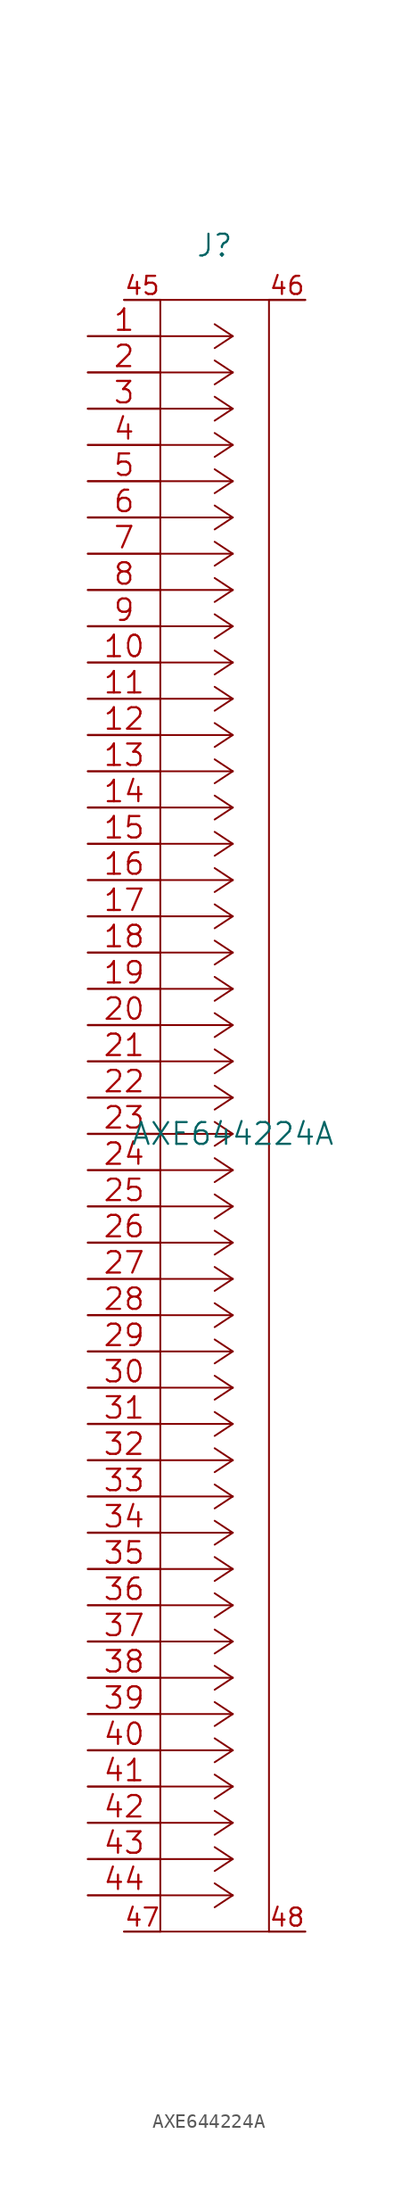
<source format=kicad_sym>
(kicad_symbol_lib
  (version 20211014)
  (generator kicad_symbol_editor)
  (symbol "AXE644224A"
    (pin_names
      (offset 0.254) hide)
    (property "Reference" "J"
      (at 8.89 6.35 0)
      (effects (font (size 1.524 1.524))))
    (property "Value" "AXE644224A"
      (at 10.16 -55.88 0)
      (effects (font (size 1.524 1.524))))
    (property "Datasheet" ""
      (at 0 0 0)
      (effects (font (size 1.524 1.524))))
    (property "ki_locked" ""
      (at 0 0 0)
      (effects (font (size 1.27 1.27))))
    (symbol "AXE644224A_0_0"
      (pin power_in line (at 2.54 2.54 0) (length 2.54) (name "45" (effects (font (size 1.27 1.27)))) (number "45" (effects (font (size 1.27 1.27)))))
      (pin power_in line (at 15.24 2.54 180) (length 2.54) (name "46" (effects (font (size 1.27 1.27)))) (number "46" (effects (font (size 1.27 1.27)))))
      (pin power_in line (at 2.54 -111.76 0) (length 2.54) (name "47" (effects (font (size 1.27 1.27)))) (number "47" (effects (font (size 1.27 1.27)))))
      (pin power_in line (at 15.24 -111.76 180) (length 2.54) (name "48" (effects (font (size 1.27 1.27)))) (number "48" (effects (font (size 1.27 1.27))))))
    (symbol "AXE644224A_1_1"
      (polyline (pts (xy 5.08 -111.76) (xy 12.7 -111.76)) (stroke (width 0.127) (type default) (color 0 0 0 0)) (fill (type none)))
      (polyline (pts (xy 5.08 2.54) (xy 5.08 -111.76)) (stroke (width 0.127) (type default) (color 0 0 0 0)) (fill (type none)))
      (polyline (pts (xy 10.16 -109.22) (xy 5.08 -109.22)) (stroke (width 0.127) (type default) (color 0 0 0 0)) (fill (type none)))
      (polyline (pts (xy 10.16 -109.22) (xy 8.89 -110.058)) (stroke (width 0.127) (type default) (color 0 0 0 0)) (fill (type none)))
      (polyline (pts (xy 10.16 -109.22) (xy 8.89 -108.382)) (stroke (width 0.127) (type default) (color 0 0 0 0)) (fill (type none)))
      (polyline (pts (xy 10.16 -106.68) (xy 5.08 -106.68)) (stroke (width 0.127) (type default) (color 0 0 0 0)) (fill (type none)))
      (polyline (pts (xy 10.16 -106.68) (xy 8.89 -107.518)) (stroke (width 0.127) (type default) (color 0 0 0 0)) (fill (type none)))
      (polyline (pts (xy 10.16 -106.68) (xy 8.89 -105.842)) (stroke (width 0.127) (type default) (color 0 0 0 0)) (fill (type none)))
      (polyline (pts (xy 10.16 -104.14) (xy 5.08 -104.14)) (stroke (width 0.127) (type default) (color 0 0 0 0)) (fill (type none)))
      (polyline (pts (xy 10.16 -104.14) (xy 8.89 -104.978)) (stroke (width 0.127) (type default) (color 0 0 0 0)) (fill (type none)))
      (polyline (pts (xy 10.16 -104.14) (xy 8.89 -103.302)) (stroke (width 0.127) (type default) (color 0 0 0 0)) (fill (type none)))
      (polyline (pts (xy 10.16 -101.6) (xy 5.08 -101.6)) (stroke (width 0.127) (type default) (color 0 0 0 0)) (fill (type none)))
      (polyline (pts (xy 10.16 -101.6) (xy 8.89 -102.438)) (stroke (width 0.127) (type default) (color 0 0 0 0)) (fill (type none)))
      (polyline (pts (xy 10.16 -101.6) (xy 8.89 -100.762)) (stroke (width 0.127) (type default) (color 0 0 0 0)) (fill (type none)))
      (polyline (pts (xy 10.16 -99.06) (xy 5.08 -99.06)) (stroke (width 0.127) (type default) (color 0 0 0 0)) (fill (type none)))
      (polyline (pts (xy 10.16 -99.06) (xy 8.89 -99.898)) (stroke (width 0.127) (type default) (color 0 0 0 0)) (fill (type none)))
      (polyline (pts (xy 10.16 -99.06) (xy 8.89 -98.222)) (stroke (width 0.127) (type default) (color 0 0 0 0)) (fill (type none)))
      (polyline (pts (xy 10.16 -96.52) (xy 5.08 -96.52)) (stroke (width 0.127) (type default) (color 0 0 0 0)) (fill (type none)))
      (polyline (pts (xy 10.16 -96.52) (xy 8.89 -97.358)) (stroke (width 0.127) (type default) (color 0 0 0 0)) (fill (type none)))
      (polyline (pts (xy 10.16 -96.52) (xy 8.89 -95.682)) (stroke (width 0.127) (type default) (color 0 0 0 0)) (fill (type none)))
      (polyline (pts (xy 10.16 -93.98) (xy 5.08 -93.98)) (stroke (width 0.127) (type default) (color 0 0 0 0)) (fill (type none)))
      (polyline (pts (xy 10.16 -93.98) (xy 8.89 -94.818)) (stroke (width 0.127) (type default) (color 0 0 0 0)) (fill (type none)))
      (polyline (pts (xy 10.16 -93.98) (xy 8.89 -93.142)) (stroke (width 0.127) (type default) (color 0 0 0 0)) (fill (type none)))
      (polyline (pts (xy 10.16 -91.44) (xy 5.08 -91.44)) (stroke (width 0.127) (type default) (color 0 0 0 0)) (fill (type none)))
      (polyline (pts (xy 10.16 -91.44) (xy 8.89 -92.278)) (stroke (width 0.127) (type default) (color 0 0 0 0)) (fill (type none)))
      (polyline (pts (xy 10.16 -91.44) (xy 8.89 -90.602)) (stroke (width 0.127) (type default) (color 0 0 0 0)) (fill (type none)))
      (polyline (pts (xy 10.16 -88.9) (xy 5.08 -88.9)) (stroke (width 0.127) (type default) (color 0 0 0 0)) (fill (type none)))
      (polyline (pts (xy 10.16 -88.9) (xy 8.89 -89.738)) (stroke (width 0.127) (type default) (color 0 0 0 0)) (fill (type none)))
      (polyline (pts (xy 10.16 -88.9) (xy 8.89 -88.062)) (stroke (width 0.127) (type default) (color 0 0 0 0)) (fill (type none)))
      (polyline (pts (xy 10.16 -86.36) (xy 5.08 -86.36)) (stroke (width 0.127) (type default) (color 0 0 0 0)) (fill (type none)))
      (polyline (pts (xy 10.16 -86.36) (xy 8.89 -87.198)) (stroke (width 0.127) (type default) (color 0 0 0 0)) (fill (type none)))
      (polyline (pts (xy 10.16 -86.36) (xy 8.89 -85.522)) (stroke (width 0.127) (type default) (color 0 0 0 0)) (fill (type none)))
      (polyline (pts (xy 10.16 -83.82) (xy 5.08 -83.82)) (stroke (width 0.127) (type default) (color 0 0 0 0)) (fill (type none)))
      (polyline (pts (xy 10.16 -83.82) (xy 8.89 -84.658)) (stroke (width 0.127) (type default) (color 0 0 0 0)) (fill (type none)))
      (polyline (pts (xy 10.16 -83.82) (xy 8.89 -82.982)) (stroke (width 0.127) (type default) (color 0 0 0 0)) (fill (type none)))
      (polyline (pts (xy 10.16 -81.28) (xy 5.08 -81.28)) (stroke (width 0.127) (type default) (color 0 0 0 0)) (fill (type none)))
      (polyline (pts (xy 10.16 -81.28) (xy 8.89 -82.118)) (stroke (width 0.127) (type default) (color 0 0 0 0)) (fill (type none)))
      (polyline (pts (xy 10.16 -81.28) (xy 8.89 -80.442)) (stroke (width 0.127) (type default) (color 0 0 0 0)) (fill (type none)))
      (polyline (pts (xy 10.16 -78.74) (xy 5.08 -78.74)) (stroke (width 0.127) (type default) (color 0 0 0 0)) (fill (type none)))
      (polyline (pts (xy 10.16 -78.74) (xy 8.89 -79.578)) (stroke (width 0.127) (type default) (color 0 0 0 0)) (fill (type none)))
      (polyline (pts (xy 10.16 -78.74) (xy 8.89 -77.902)) (stroke (width 0.127) (type default) (color 0 0 0 0)) (fill (type none)))
      (polyline (pts (xy 10.16 -76.2) (xy 5.08 -76.2)) (stroke (width 0.127) (type default) (color 0 0 0 0)) (fill (type none)))
      (polyline (pts (xy 10.16 -76.2) (xy 8.89 -77.038)) (stroke (width 0.127) (type default) (color 0 0 0 0)) (fill (type none)))
      (polyline (pts (xy 10.16 -76.2) (xy 8.89 -75.362)) (stroke (width 0.127) (type default) (color 0 0 0 0)) (fill (type none)))
      (polyline (pts (xy 10.16 -73.66) (xy 5.08 -73.66)) (stroke (width 0.127) (type default) (color 0 0 0 0)) (fill (type none)))
      (polyline (pts (xy 10.16 -73.66) (xy 8.89 -74.498)) (stroke (width 0.127) (type default) (color 0 0 0 0)) (fill (type none)))
      (polyline (pts (xy 10.16 -73.66) (xy 8.89 -72.822)) (stroke (width 0.127) (type default) (color 0 0 0 0)) (fill (type none)))
      (polyline (pts (xy 10.16 -71.12) (xy 5.08 -71.12)) (stroke (width 0.127) (type default) (color 0 0 0 0)) (fill (type none)))
      (polyline (pts (xy 10.16 -71.12) (xy 8.89 -71.958)) (stroke (width 0.127) (type default) (color 0 0 0 0)) (fill (type none)))
      (polyline (pts (xy 10.16 -71.12) (xy 8.89 -70.282)) (stroke (width 0.127) (type default) (color 0 0 0 0)) (fill (type none)))
      (polyline (pts (xy 10.16 -68.58) (xy 5.08 -68.58)) (stroke (width 0.127) (type default) (color 0 0 0 0)) (fill (type none)))
      (polyline (pts (xy 10.16 -68.58) (xy 8.89 -69.418)) (stroke (width 0.127) (type default) (color 0 0 0 0)) (fill (type none)))
      (polyline (pts (xy 10.16 -68.58) (xy 8.89 -67.742)) (stroke (width 0.127) (type default) (color 0 0 0 0)) (fill (type none)))
      (polyline (pts (xy 10.16 -66.04) (xy 5.08 -66.04)) (stroke (width 0.127) (type default) (color 0 0 0 0)) (fill (type none)))
      (polyline (pts (xy 10.16 -66.04) (xy 8.89 -66.878)) (stroke (width 0.127) (type default) (color 0 0 0 0)) (fill (type none)))
      (polyline (pts (xy 10.16 -66.04) (xy 8.89 -65.202)) (stroke (width 0.127) (type default) (color 0 0 0 0)) (fill (type none)))
      (polyline (pts (xy 10.16 -63.5) (xy 5.08 -63.5)) (stroke (width 0.127) (type default) (color 0 0 0 0)) (fill (type none)))
      (polyline (pts (xy 10.16 -63.5) (xy 8.89 -64.338)) (stroke (width 0.127) (type default) (color 0 0 0 0)) (fill (type none)))
      (polyline (pts (xy 10.16 -63.5) (xy 8.89 -62.662)) (stroke (width 0.127) (type default) (color 0 0 0 0)) (fill (type none)))
      (polyline (pts (xy 10.16 -60.96) (xy 5.08 -60.96)) (stroke (width 0.127) (type default) (color 0 0 0 0)) (fill (type none)))
      (polyline (pts (xy 10.16 -60.96) (xy 8.89 -61.798)) (stroke (width 0.127) (type default) (color 0 0 0 0)) (fill (type none)))
      (polyline (pts (xy 10.16 -60.96) (xy 8.89 -60.122)) (stroke (width 0.127) (type default) (color 0 0 0 0)) (fill (type none)))
      (polyline (pts (xy 10.16 -58.42) (xy 5.08 -58.42)) (stroke (width 0.127) (type default) (color 0 0 0 0)) (fill (type none)))
      (polyline (pts (xy 10.16 -58.42) (xy 8.89 -59.258)) (stroke (width 0.127) (type default) (color 0 0 0 0)) (fill (type none)))
      (polyline (pts (xy 10.16 -58.42) (xy 8.89 -57.582)) (stroke (width 0.127) (type default) (color 0 0 0 0)) (fill (type none)))
      (polyline (pts (xy 10.16 -55.88) (xy 5.08 -55.88)) (stroke (width 0.127) (type default) (color 0 0 0 0)) (fill (type none)))
      (polyline (pts (xy 10.16 -55.88) (xy 8.89 -56.718)) (stroke (width 0.127) (type default) (color 0 0 0 0)) (fill (type none)))
      (polyline (pts (xy 10.16 -55.88) (xy 8.89 -55.042)) (stroke (width 0.127) (type default) (color 0 0 0 0)) (fill (type none)))
      (polyline (pts (xy 10.16 -53.34) (xy 5.08 -53.34)) (stroke (width 0.127) (type default) (color 0 0 0 0)) (fill (type none)))
      (polyline (pts (xy 10.16 -53.34) (xy 8.89 -54.178)) (stroke (width 0.127) (type default) (color 0 0 0 0)) (fill (type none)))
      (polyline (pts (xy 10.16 -53.34) (xy 8.89 -52.502)) (stroke (width 0.127) (type default) (color 0 0 0 0)) (fill (type none)))
      (polyline (pts (xy 10.16 -50.8) (xy 5.08 -50.8)) (stroke (width 0.127) (type default) (color 0 0 0 0)) (fill (type none)))
      (polyline (pts (xy 10.16 -50.8) (xy 8.89 -51.638)) (stroke (width 0.127) (type default) (color 0 0 0 0)) (fill (type none)))
      (polyline (pts (xy 10.16 -50.8) (xy 8.89 -49.962)) (stroke (width 0.127) (type default) (color 0 0 0 0)) (fill (type none)))
      (polyline (pts (xy 10.16 -48.26) (xy 5.08 -48.26)) (stroke (width 0.127) (type default) (color 0 0 0 0)) (fill (type none)))
      (polyline (pts (xy 10.16 -48.26) (xy 8.89 -49.098)) (stroke (width 0.127) (type default) (color 0 0 0 0)) (fill (type none)))
      (polyline (pts (xy 10.16 -48.26) (xy 8.89 -47.422)) (stroke (width 0.127) (type default) (color 0 0 0 0)) (fill (type none)))
      (polyline (pts (xy 10.16 -45.72) (xy 5.08 -45.72)) (stroke (width 0.127) (type default) (color 0 0 0 0)) (fill (type none)))
      (polyline (pts (xy 10.16 -45.72) (xy 8.89 -46.558)) (stroke (width 0.127) (type default) (color 0 0 0 0)) (fill (type none)))
      (polyline (pts (xy 10.16 -45.72) (xy 8.89 -44.882)) (stroke (width 0.127) (type default) (color 0 0 0 0)) (fill (type none)))
      (polyline (pts (xy 10.16 -43.18) (xy 5.08 -43.18)) (stroke (width 0.127) (type default) (color 0 0 0 0)) (fill (type none)))
      (polyline (pts (xy 10.16 -43.18) (xy 8.89 -44.018)) (stroke (width 0.127) (type default) (color 0 0 0 0)) (fill (type none)))
      (polyline (pts (xy 10.16 -43.18) (xy 8.89 -42.342)) (stroke (width 0.127) (type default) (color 0 0 0 0)) (fill (type none)))
      (polyline (pts (xy 10.16 -40.64) (xy 5.08 -40.64)) (stroke (width 0.127) (type default) (color 0 0 0 0)) (fill (type none)))
      (polyline (pts (xy 10.16 -40.64) (xy 8.89 -41.478)) (stroke (width 0.127) (type default) (color 0 0 0 0)) (fill (type none)))
      (polyline (pts (xy 10.16 -40.64) (xy 8.89 -39.802)) (stroke (width 0.127) (type default) (color 0 0 0 0)) (fill (type none)))
      (polyline (pts (xy 10.16 -38.1) (xy 5.08 -38.1)) (stroke (width 0.127) (type default) (color 0 0 0 0)) (fill (type none)))
      (polyline (pts (xy 10.16 -38.1) (xy 8.89 -38.938)) (stroke (width 0.127) (type default) (color 0 0 0 0)) (fill (type none)))
      (polyline (pts (xy 10.16 -38.1) (xy 8.89 -37.262)) (stroke (width 0.127) (type default) (color 0 0 0 0)) (fill (type none)))
      (polyline (pts (xy 10.16 -35.56) (xy 5.08 -35.56)) (stroke (width 0.127) (type default) (color 0 0 0 0)) (fill (type none)))
      (polyline (pts (xy 10.16 -35.56) (xy 8.89 -36.398)) (stroke (width 0.127) (type default) (color 0 0 0 0)) (fill (type none)))
      (polyline (pts (xy 10.16 -35.56) (xy 8.89 -34.722)) (stroke (width 0.127) (type default) (color 0 0 0 0)) (fill (type none)))
      (polyline (pts (xy 10.16 -33.02) (xy 5.08 -33.02)) (stroke (width 0.127) (type default) (color 0 0 0 0)) (fill (type none)))
      (polyline (pts (xy 10.16 -33.02) (xy 8.89 -33.858)) (stroke (width 0.127) (type default) (color 0 0 0 0)) (fill (type none)))
      (polyline (pts (xy 10.16 -33.02) (xy 8.89 -32.182)) (stroke (width 0.127) (type default) (color 0 0 0 0)) (fill (type none)))
      (polyline (pts (xy 10.16 -30.48) (xy 5.08 -30.48)) (stroke (width 0.127) (type default) (color 0 0 0 0)) (fill (type none)))
      (polyline (pts (xy 10.16 -30.48) (xy 8.89 -31.318)) (stroke (width 0.127) (type default) (color 0 0 0 0)) (fill (type none)))
      (polyline (pts (xy 10.16 -30.48) (xy 8.89 -29.642)) (stroke (width 0.127) (type default) (color 0 0 0 0)) (fill (type none)))
      (polyline (pts (xy 10.16 -27.94) (xy 5.08 -27.94)) (stroke (width 0.127) (type default) (color 0 0 0 0)) (fill (type none)))
      (polyline (pts (xy 10.16 -27.94) (xy 8.89 -28.778)) (stroke (width 0.127) (type default) (color 0 0 0 0)) (fill (type none)))
      (polyline (pts (xy 10.16 -27.94) (xy 8.89 -27.102)) (stroke (width 0.127) (type default) (color 0 0 0 0)) (fill (type none)))
      (polyline (pts (xy 10.16 -25.4) (xy 5.08 -25.4)) (stroke (width 0.127) (type default) (color 0 0 0 0)) (fill (type none)))
      (polyline (pts (xy 10.16 -25.4) (xy 8.89 -26.238)) (stroke (width 0.127) (type default) (color 0 0 0 0)) (fill (type none)))
      (polyline (pts (xy 10.16 -25.4) (xy 8.89 -24.562)) (stroke (width 0.127) (type default) (color 0 0 0 0)) (fill (type none)))
      (polyline (pts (xy 10.16 -22.86) (xy 5.08 -22.86)) (stroke (width 0.127) (type default) (color 0 0 0 0)) (fill (type none)))
      (polyline (pts (xy 10.16 -22.86) (xy 8.89 -23.698)) (stroke (width 0.127) (type default) (color 0 0 0 0)) (fill (type none)))
      (polyline (pts (xy 10.16 -22.86) (xy 8.89 -22.022)) (stroke (width 0.127) (type default) (color 0 0 0 0)) (fill (type none)))
      (polyline (pts (xy 10.16 -20.32) (xy 5.08 -20.32)) (stroke (width 0.127) (type default) (color 0 0 0 0)) (fill (type none)))
      (polyline (pts (xy 10.16 -20.32) (xy 8.89 -21.158)) (stroke (width 0.127) (type default) (color 0 0 0 0)) (fill (type none)))
      (polyline (pts (xy 10.16 -20.32) (xy 8.89 -19.482)) (stroke (width 0.127) (type default) (color 0 0 0 0)) (fill (type none)))
      (polyline (pts (xy 10.16 -17.78) (xy 5.08 -17.78)) (stroke (width 0.127) (type default) (color 0 0 0 0)) (fill (type none)))
      (polyline (pts (xy 10.16 -17.78) (xy 8.89 -18.618)) (stroke (width 0.127) (type default) (color 0 0 0 0)) (fill (type none)))
      (polyline (pts (xy 10.16 -17.78) (xy 8.89 -16.942)) (stroke (width 0.127) (type default) (color 0 0 0 0)) (fill (type none)))
      (polyline (pts (xy 10.16 -15.24) (xy 5.08 -15.24)) (stroke (width 0.127) (type default) (color 0 0 0 0)) (fill (type none)))
      (polyline (pts (xy 10.16 -15.24) (xy 8.89 -16.078)) (stroke (width 0.127) (type default) (color 0 0 0 0)) (fill (type none)))
      (polyline (pts (xy 10.16 -15.24) (xy 8.89 -14.402)) (stroke (width 0.127) (type default) (color 0 0 0 0)) (fill (type none)))
      (polyline (pts (xy 10.16 -12.7) (xy 5.08 -12.7)) (stroke (width 0.127) (type default) (color 0 0 0 0)) (fill (type none)))
      (polyline (pts (xy 10.16 -12.7) (xy 8.89 -13.538)) (stroke (width 0.127) (type default) (color 0 0 0 0)) (fill (type none)))
      (polyline (pts (xy 10.16 -12.7) (xy 8.89 -11.862)) (stroke (width 0.127) (type default) (color 0 0 0 0)) (fill (type none)))
      (polyline (pts (xy 10.16 -10.16) (xy 5.08 -10.16)) (stroke (width 0.127) (type default) (color 0 0 0 0)) (fill (type none)))
      (polyline (pts (xy 10.16 -10.16) (xy 8.89 -10.998)) (stroke (width 0.127) (type default) (color 0 0 0 0)) (fill (type none)))
      (polyline (pts (xy 10.16 -10.16) (xy 8.89 -9.322)) (stroke (width 0.127) (type default) (color 0 0 0 0)) (fill (type none)))
      (polyline (pts (xy 10.16 -7.62) (xy 5.08 -7.62)) (stroke (width 0.127) (type default) (color 0 0 0 0)) (fill (type none)))
      (polyline (pts (xy 10.16 -7.62) (xy 8.89 -8.458)) (stroke (width 0.127) (type default) (color 0 0 0 0)) (fill (type none)))
      (polyline (pts (xy 10.16 -7.62) (xy 8.89 -6.782)) (stroke (width 0.127) (type default) (color 0 0 0 0)) (fill (type none)))
      (polyline (pts (xy 10.16 -5.08) (xy 5.08 -5.08)) (stroke (width 0.127) (type default) (color 0 0 0 0)) (fill (type none)))
      (polyline (pts (xy 10.16 -5.08) (xy 8.89 -5.918)) (stroke (width 0.127) (type default) (color 0 0 0 0)) (fill (type none)))
      (polyline (pts (xy 10.16 -5.08) (xy 8.89 -4.242)) (stroke (width 0.127) (type default) (color 0 0 0 0)) (fill (type none)))
      (polyline (pts (xy 10.16 -2.54) (xy 5.08 -2.54)) (stroke (width 0.127) (type default) (color 0 0 0 0)) (fill (type none)))
      (polyline (pts (xy 10.16 -2.54) (xy 8.89 -3.378)) (stroke (width 0.127) (type default) (color 0 0 0 0)) (fill (type none)))
      (polyline (pts (xy 10.16 -2.54) (xy 8.89 -1.702)) (stroke (width 0.127) (type default) (color 0 0 0 0)) (fill (type none)))
      (polyline (pts (xy 10.16 0) (xy 5.08 0)) (stroke (width 0.127) (type default) (color 0 0 0 0)) (fill (type none)))
      (polyline (pts (xy 10.16 0) (xy 8.89 -0.838)) (stroke (width 0.127) (type default) (color 0 0 0 0)) (fill (type none)))
      (polyline (pts (xy 10.16 0) (xy 8.89 0.838)) (stroke (width 0.127) (type default) (color 0 0 0 0)) (fill (type none)))
      (polyline (pts (xy 12.7 -111.76) (xy 12.7 2.54)) (stroke (width 0.127) (type default) (color 0 0 0 0)) (fill (type none)))
      (polyline (pts (xy 12.7 2.54) (xy 5.08 2.54)) (stroke (width 0.127) (type default) (color 0 0 0 0)) (fill (type none)))
      (pin unspecified line (at 0 0 0) (length 5.08) (name "1" (effects (font (size 1.499 1.499)))) (number "1" (effects (font (size 1.499 1.499)))))
      (pin unspecified line (at 0 -22.86 0) (length 5.08) (name "10" (effects (font (size 1.499 1.499)))) (number "10" (effects (font (size 1.499 1.499)))))
      (pin unspecified line (at 0 -25.4 0) (length 5.08) (name "11" (effects (font (size 1.499 1.499)))) (number "11" (effects (font (size 1.499 1.499)))))
      (pin unspecified line (at 0 -27.94 0) (length 5.08) (name "12" (effects (font (size 1.499 1.499)))) (number "12" (effects (font (size 1.499 1.499)))))
      (pin unspecified line (at 0 -30.48 0) (length 5.08) (name "13" (effects (font (size 1.499 1.499)))) (number "13" (effects (font (size 1.499 1.499)))))
      (pin unspecified line (at 0 -33.02 0) (length 5.08) (name "14" (effects (font (size 1.499 1.499)))) (number "14" (effects (font (size 1.499 1.499)))))
      (pin unspecified line (at 0 -35.56 0) (length 5.08) (name "15" (effects (font (size 1.499 1.499)))) (number "15" (effects (font (size 1.499 1.499)))))
      (pin unspecified line (at 0 -38.1 0) (length 5.08) (name "16" (effects (font (size 1.499 1.499)))) (number "16" (effects (font (size 1.499 1.499)))))
      (pin unspecified line (at 0 -40.64 0) (length 5.08) (name "17" (effects (font (size 1.499 1.499)))) (number "17" (effects (font (size 1.499 1.499)))))
      (pin unspecified line (at 0 -43.18 0) (length 5.08) (name "18" (effects (font (size 1.499 1.499)))) (number "18" (effects (font (size 1.499 1.499)))))
      (pin unspecified line (at 0 -45.72 0) (length 5.08) (name "19" (effects (font (size 1.499 1.499)))) (number "19" (effects (font (size 1.499 1.499)))))
      (pin unspecified line (at 0 -2.54 0) (length 5.08) (name "2" (effects (font (size 1.499 1.499)))) (number "2" (effects (font (size 1.499 1.499)))))
      (pin unspecified line (at 0 -48.26 0) (length 5.08) (name "20" (effects (font (size 1.499 1.499)))) (number "20" (effects (font (size 1.499 1.499)))))
      (pin unspecified line (at 0 -50.8 0) (length 5.08) (name "21" (effects (font (size 1.499 1.499)))) (number "21" (effects (font (size 1.499 1.499)))))
      (pin unspecified line (at 0 -53.34 0) (length 5.08) (name "22" (effects (font (size 1.499 1.499)))) (number "22" (effects (font (size 1.499 1.499)))))
      (pin unspecified line (at 0 -55.88 0) (length 5.08) (name "23" (effects (font (size 1.499 1.499)))) (number "23" (effects (font (size 1.499 1.499)))))
      (pin unspecified line (at 0 -58.42 0) (length 5.08) (name "24" (effects (font (size 1.499 1.499)))) (number "24" (effects (font (size 1.499 1.499)))))
      (pin unspecified line (at 0 -60.96 0) (length 5.08) (name "25" (effects (font (size 1.499 1.499)))) (number "25" (effects (font (size 1.499 1.499)))))
      (pin unspecified line (at 0 -63.5 0) (length 5.08) (name "26" (effects (font (size 1.499 1.499)))) (number "26" (effects (font (size 1.499 1.499)))))
      (pin unspecified line (at 0 -66.04 0) (length 5.08) (name "27" (effects (font (size 1.499 1.499)))) (number "27" (effects (font (size 1.499 1.499)))))
      (pin unspecified line (at 0 -68.58 0) (length 5.08) (name "28" (effects (font (size 1.499 1.499)))) (number "28" (effects (font (size 1.499 1.499)))))
      (pin unspecified line (at 0 -71.12 0) (length 5.08) (name "29" (effects (font (size 1.499 1.499)))) (number "29" (effects (font (size 1.499 1.499)))))
      (pin unspecified line (at 0 -5.08 0) (length 5.08) (name "3" (effects (font (size 1.499 1.499)))) (number "3" (effects (font (size 1.499 1.499)))))
      (pin unspecified line (at 0 -73.66 0) (length 5.08) (name "30" (effects (font (size 1.499 1.499)))) (number "30" (effects (font (size 1.499 1.499)))))
      (pin unspecified line (at 0 -76.2 0) (length 5.08) (name "31" (effects (font (size 1.499 1.499)))) (number "31" (effects (font (size 1.499 1.499)))))
      (pin unspecified line (at 0 -78.74 0) (length 5.08) (name "32" (effects (font (size 1.499 1.499)))) (number "32" (effects (font (size 1.499 1.499)))))
      (pin unspecified line (at 0 -81.28 0) (length 5.08) (name "33" (effects (font (size 1.499 1.499)))) (number "33" (effects (font (size 1.499 1.499)))))
      (pin unspecified line (at 0 -83.82 0) (length 5.08) (name "34" (effects (font (size 1.499 1.499)))) (number "34" (effects (font (size 1.499 1.499)))))
      (pin unspecified line (at 0 -86.36 0) (length 5.08) (name "35" (effects (font (size 1.499 1.499)))) (number "35" (effects (font (size 1.499 1.499)))))
      (pin unspecified line (at 0 -88.9 0) (length 5.08) (name "36" (effects (font (size 1.499 1.499)))) (number "36" (effects (font (size 1.499 1.499)))))
      (pin unspecified line (at 0 -91.44 0) (length 5.08) (name "37" (effects (font (size 1.499 1.499)))) (number "37" (effects (font (size 1.499 1.499)))))
      (pin unspecified line (at 0 -93.98 0) (length 5.08) (name "38" (effects (font (size 1.499 1.499)))) (number "38" (effects (font (size 1.499 1.499)))))
      (pin unspecified line (at 0 -96.52 0) (length 5.08) (name "39" (effects (font (size 1.499 1.499)))) (number "39" (effects (font (size 1.499 1.499)))))
      (pin unspecified line (at 0 -7.62 0) (length 5.08) (name "4" (effects (font (size 1.499 1.499)))) (number "4" (effects (font (size 1.499 1.499)))))
      (pin unspecified line (at 0 -99.06 0) (length 5.08) (name "40" (effects (font (size 1.499 1.499)))) (number "40" (effects (font (size 1.499 1.499)))))
      (pin unspecified line (at 0 -101.6 0) (length 5.08) (name "41" (effects (font (size 1.499 1.499)))) (number "41" (effects (font (size 1.499 1.499)))))
      (pin unspecified line (at 0 -104.14 0) (length 5.08) (name "42" (effects (font (size 1.499 1.499)))) (number "42" (effects (font (size 1.499 1.499)))))
      (pin unspecified line (at 0 -106.68 0) (length 5.08) (name "43" (effects (font (size 1.499 1.499)))) (number "43" (effects (font (size 1.499 1.499)))))
      (pin unspecified line (at 0 -109.22 0) (length 5.08) (name "44" (effects (font (size 1.499 1.499)))) (number "44" (effects (font (size 1.499 1.499)))))
      (pin unspecified line (at 0 -10.16 0) (length 5.08) (name "5" (effects (font (size 1.499 1.499)))) (number "5" (effects (font (size 1.499 1.499)))))
      (pin unspecified line (at 0 -12.7 0) (length 5.08) (name "6" (effects (font (size 1.499 1.499)))) (number "6" (effects (font (size 1.499 1.499)))))
      (pin unspecified line (at 0 -15.24 0) (length 5.08) (name "7" (effects (font (size 1.499 1.499)))) (number "7" (effects (font (size 1.499 1.499)))))
      (pin unspecified line (at 0 -17.78 0) (length 5.08) (name "8" (effects (font (size 1.499 1.499)))) (number "8" (effects (font (size 1.499 1.499)))))
      (pin unspecified line (at 0 -20.32 0) (length 5.08) (name "9" (effects (font (size 1.499 1.499)))) (number "9" (effects (font (size 1.499 1.499))))))))
</source>
